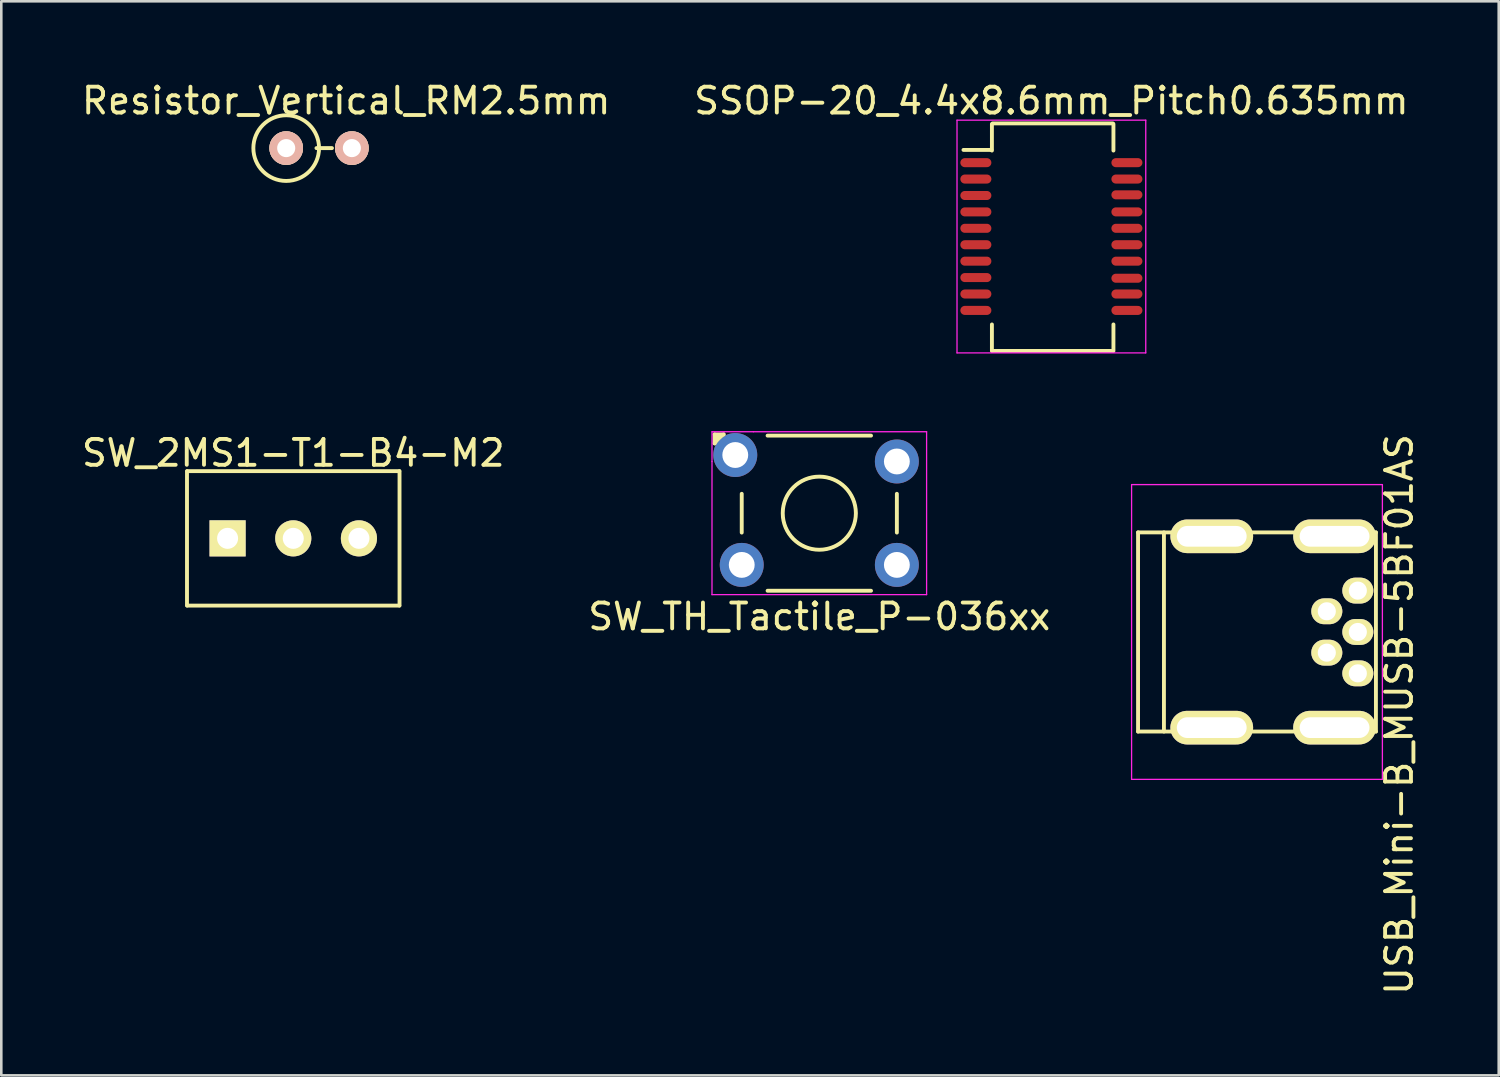
<source format=kicad_pcb>
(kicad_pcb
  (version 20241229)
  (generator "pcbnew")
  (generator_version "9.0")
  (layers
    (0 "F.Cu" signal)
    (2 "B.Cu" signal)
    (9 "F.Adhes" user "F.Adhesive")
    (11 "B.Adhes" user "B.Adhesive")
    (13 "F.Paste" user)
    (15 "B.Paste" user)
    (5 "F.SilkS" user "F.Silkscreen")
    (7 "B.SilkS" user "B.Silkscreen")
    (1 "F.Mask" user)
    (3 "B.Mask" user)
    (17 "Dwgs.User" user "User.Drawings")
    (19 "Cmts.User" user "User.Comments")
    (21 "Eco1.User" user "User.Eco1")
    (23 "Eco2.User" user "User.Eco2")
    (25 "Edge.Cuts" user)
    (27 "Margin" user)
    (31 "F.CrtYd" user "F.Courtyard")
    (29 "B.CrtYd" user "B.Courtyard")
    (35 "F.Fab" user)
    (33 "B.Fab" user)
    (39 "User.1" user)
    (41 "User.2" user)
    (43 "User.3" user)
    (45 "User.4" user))
  (footprint "Resistor_Vertical_RM2.5mm"
    (layer "F.Cu")
    (at 9.289 2.678)
    (property "Reference" "Resistor_Vertical_RM2.5mm" (at 1.05 -1.83 0) (layer "F.SilkS") (effects (font (size 1 1) (thickness 0.15))))
    (attr through_hole)
    (fp_line (start -0.1 0) (end 0.5 0) (stroke (width 0.15) (type solid)) (layer "F.SilkS"))
    (fp_circle (center -1.27 0) (end 0 0) (stroke (width 0.15) (type solid)) (fill no) (layer "F.SilkS"))
    (pad "1" thru_hole circle (at -1.27 0) (size 1.3 1.3) (drill 0.7) (layers "*.Cu" "*.SilkS" "*.Mask"))
    (pad "2" thru_hole circle (at 1.27 0) (size 1.3 1.3) (drill 0.7) (layers "*.Cu" "*.SilkS" "*.Mask")))
  (footprint "SSOP-20_4.4x8.6mm_Pitch0.635mm"
    (layer "F.Cu")
    (at 37.613 6.098)
    (property "Reference" "SSOP-20_4.4x8.6mm_Pitch0.635mm" (at 0 -5.25 0) (layer "F.SilkS") (effects (font (size 1 1) (thickness 0.15))))
    (attr smd)
    (fp_line (start -2.325 -3.375) (end -2.325 -3.35) (stroke (width 0.15) (type solid)) (layer "F.SilkS"))
    (fp_line (start -2.325 -3.35) (end -3.4 -3.35) (stroke (width 0.15) (type solid)) (layer "F.SilkS"))
    (fp_line (start -2.3 -3.325) (end -2.3 -4.35) (stroke (width 0.15) (type solid)) (layer "F.SilkS"))
    (fp_line (start -2.3 4.425) (end -2.3 3.4) (stroke (width 0.15) (type solid)) (layer "F.SilkS"))
    (fp_line (start -2.275 -4.375) (end 2.375 -4.375) (stroke (width 0.15) (type solid)) (layer "F.SilkS"))
    (fp_line (start -2.275 4.425) (end 2.375 4.425) (stroke (width 0.15) (type solid)) (layer "F.SilkS"))
    (fp_line (start 2.4 -3.325) (end 2.4 -4.35) (stroke (width 0.15) (type solid)) (layer "F.SilkS"))
    (fp_line (start 2.4 4.425) (end 2.4 3.4) (stroke (width 0.15) (type solid)) (layer "F.SilkS"))
    (fp_line (start -3.65 -4.5) (end -3.65 4.5) (stroke (width 0.05) (type solid)) (layer "F.CrtYd"))
    (fp_line (start -3.65 -4.5) (end 3.65 -4.5) (stroke (width 0.05) (type solid)) (layer "F.CrtYd"))
    (fp_line (start -3.65 4.5) (end 3.65 4.5) (stroke (width 0.05) (type solid)) (layer "F.CrtYd"))
    (fp_line (start 3.65 -4.5) (end 3.65 4.5) (stroke (width 0.05) (type solid)) (layer "F.CrtYd"))
    (pad "1" smd oval (at -2.921 -2.857) (size 1.2 0.35) (layers "F.Cu" "F.Mask" "F.Paste"))
    (pad "2" smd oval (at -2.921 -2.223) (size 1.2 0.35) (layers "F.Cu" "F.Mask" "F.Paste"))
    (pad "3" smd oval (at -2.921 -1.587) (size 1.2 0.35) (layers "F.Cu" "F.Mask" "F.Paste"))
    (pad "4" smd oval (at -2.921 -0.953) (size 1.2 0.35) (layers "F.Cu" "F.Mask" "F.Paste"))
    (pad "5" smd oval (at -2.921 -0.318) (size 1.2 0.35) (layers "F.Cu" "F.Mask" "F.Paste"))
    (pad "6" smd oval (at -2.921 0.318) (size 1.2 0.35) (layers "F.Cu" "F.Mask" "F.Paste"))
    (pad "7" smd oval (at -2.921 0.953) (size 1.2 0.35) (layers "F.Cu" "F.Mask" "F.Paste"))
    (pad "8" smd oval (at -2.921 1.587) (size 1.2 0.35) (layers "F.Cu" "F.Mask" "F.Paste"))
    (pad "9" smd oval (at -2.921 2.223) (size 1.2 0.35) (layers "F.Cu" "F.Mask" "F.Paste"))
    (pad "10" smd oval (at -2.921 2.857) (size 1.2 0.35) (layers "F.Cu" "F.Mask" "F.Paste"))
    (pad "11" smd oval (at 2.921 2.857) (size 1.2 0.35) (layers "F.Cu" "F.Mask" "F.Paste"))
    (pad "12" smd oval (at 2.921 2.223) (size 1.2 0.35) (layers "F.Cu" "F.Mask" "F.Paste"))
    (pad "13" smd oval (at 2.921 1.613) (size 1.2 0.35) (layers "F.Cu" "F.Mask" "F.Paste"))
    (pad "14" smd oval (at 2.921 0.953) (size 1.2 0.35) (layers "F.Cu" "F.Mask" "F.Paste"))
    (pad "15" smd oval (at 2.921 0.318) (size 1.2 0.35) (layers "F.Cu" "F.Mask" "F.Paste"))
    (pad "16" smd oval (at 2.921 -0.318) (size 1.2 0.35) (layers "F.Cu" "F.Mask" "F.Paste"))
    (pad "17" smd oval (at 2.921 -0.953) (size 1.2 0.35) (layers "F.Cu" "F.Mask" "F.Paste"))
    (pad "18" smd oval (at 2.921 -1.613) (size 1.2 0.35) (layers "F.Cu" "F.Mask" "F.Paste"))
    (pad "19" smd oval (at 2.921 -2.223) (size 1.2 0.35) (layers "F.Cu" "F.Mask" "F.Paste"))
    (pad "20" smd oval (at 2.921 -2.857) (size 1.2 0.35) (layers "F.Cu" "F.Mask" "F.Paste")))
  (footprint "SW_2MS1-T1-B4-M2"
    (layer "F.Cu")
    (at 8.292 17.771)
    (property "Reference" "SW_2MS1-T1-B4-M2" (at 0 -3.3 0) (layer "F.SilkS") (effects (font (size 1 1) (thickness 0.15))))
    (attr through_hole)
    (fp_line (start -4.11 2.6) (end -4.11 -2.6) (stroke (width 0.15) (type solid)) (layer "F.SilkS"))
    (fp_line (start -4.1 -2.6) (end 4.1 -2.6) (stroke (width 0.15) (type solid)) (layer "F.SilkS"))
    (fp_line (start 4.1 2.6) (end -4.1 2.6) (stroke (width 0.15) (type solid)) (layer "F.SilkS"))
    (fp_line (start 4.11 -2.6) (end 4.11 2.6) (stroke (width 0.15) (type solid)) (layer "F.SilkS"))
    (pad "1" thru_hole rect (at -2.54 0) (size 1.397 1.397) (drill 0.813) (layers "*.Cu" "*.Mask" "F.SilkS"))
    (pad "2" thru_hole circle (at 0 0) (size 1.397 1.397) (drill 0.813) (layers "*.Cu" "*.Mask" "F.SilkS"))
    (pad "3" thru_hole circle (at 2.54 0) (size 1.397 1.397) (drill 0.813) (layers "*.Cu" "*.Mask" "F.SilkS")))
  (footprint "SW_TH_Tactile_P-036xx"
    (layer "F.Cu")
    (at 28.637 16.798)
    (property "Reference" "SW_TH_Tactile_P-036xx" (at 0 4 0) (layer "F.SilkS") (effects (font (size 1 1) (thickness 0.15))))
    (attr through_hole)
    (fp_line (start -4.05 -3.05) (end -4.05 -2.7) (stroke (width 0.15) (type solid)) (layer "F.SilkS"))
    (fp_line (start -4.05 -3.05) (end -3.7 -3.05) (stroke (width 0.15) (type solid)) (layer "F.SilkS"))
    (fp_line (start -3.95 -3) (end -3.95 -2.9) (stroke (width 0.15) (type solid)) (layer "F.SilkS"))
    (fp_line (start -3 0) (end -3 0) (stroke (width 0.1) (type solid)) (layer "F.SilkS"))
    (fp_line (start -3 0.75) (end -3 -0.75) (stroke (width 0.15) (type solid)) (layer "F.SilkS"))
    (fp_line (start -2 -3) (end 2 -3) (stroke (width 0.15) (type solid)) (layer "F.SilkS"))
    (fp_line (start -2 3) (end 2 3) (stroke (width 0.15) (type solid)) (layer "F.SilkS"))
    (fp_line (start 2 -3) (end -2 -3) (stroke (width 0.1) (type solid)) (layer "F.SilkS"))
    (fp_line (start 2 3) (end -2 3) (stroke (width 0.1) (type solid)) (layer "F.SilkS"))
    (fp_line (start 3 -0.75) (end 3 0.75) (stroke (width 0.15) (type solid)) (layer "F.SilkS"))
    (fp_line (start 3 0) (end 3 0) (stroke (width 0.1) (type solid)) (layer "F.SilkS"))
    (fp_arc (start -4.05 -2.7) (mid -3.892328 -2.892328) (end -3.7 -3.05) (stroke (width 0.15) (type solid)) (layer "F.SilkS"))
    (fp_circle (center 0 0) (end 1 1) (stroke (width 0.1) (type solid)) (fill no) (layer "F.SilkS"))
    (fp_circle (center 0 0) (end 1 1) (stroke (width 0.15) (type solid)) (fill no) (layer "F.SilkS"))
    (fp_line (start -4.15 -3.15) (end -2.55 -3.15) (stroke (width 0.05) (type solid)) (layer "F.CrtYd"))
    (fp_line (start -4.15 -2) (end -4.15 -3.15) (stroke (width 0.05) (type solid)) (layer "F.CrtYd"))
    (fp_line (start -4.15 -2) (end -4.15 3.15) (stroke (width 0.05) (type solid)) (layer "F.CrtYd"))
    (fp_line (start -4.15 3.15) (end 4.15 3.15) (stroke (width 0.05) (type solid)) (layer "F.CrtYd"))
    (fp_line (start 4.15 -3.15) (end -2.55 -3.15) (stroke (width 0.05) (type solid)) (layer "F.CrtYd"))
    (fp_line (start 4.15 3.15) (end 4.15 -3.15) (stroke (width 0.05) (type solid)) (layer "F.CrtYd"))
    (pad "1" thru_hole circle (at -3.25 -2.25) (size 1.7 1.7) (drill 1) (layers "*.Cu" "*.Mask"))
    (pad "2" thru_hole circle (at 3 -2) (size 1.7 1.7) (drill 1) (layers "*.Cu" "*.Mask"))
    (pad "3" thru_hole circle (at -3 2) (size 1.7 1.7) (drill 1) (layers "*.Cu" "*.Mask"))
    (pad "4" thru_hole circle (at 3 2) (size 1.7 1.7) (drill 1) (layers "*.Cu" "*.Mask")))
  (footprint "USB_Mini-B_MUSB-5BF01AS"
    (layer "F.Cu")
    (at 45.565 21.392)
    (property "Reference" "USB_Mini-B_MUSB-5BF01AS" (at 5.5 3.19 90) (layer "F.SilkS") (effects (font (size 1 1) (thickness 0.15))))
    (attr smd)
    (fp_line (start -4.6 -3.851) (end -4.6 3.851) (stroke (width 0.15) (type solid)) (layer "F.SilkS"))
    (fp_line (start -4.6 3.851) (end 4.6 3.851) (stroke (width 0.15) (type solid)) (layer "F.SilkS"))
    (fp_line (start -3.599 -3.851) (end -3.599 3.851) (stroke (width 0.15) (type solid)) (layer "F.SilkS"))
    (fp_line (start 4.6 -3.851) (end -4.6 -3.851) (stroke (width 0.15) (type solid)) (layer "F.SilkS"))
    (fp_line (start 4.6 3.851) (end 4.6 -3.851) (stroke (width 0.15) (type solid)) (layer "F.SilkS"))
    (fp_line (start -4.85 -5.7) (end 4.85 -5.7) (stroke (width 0.05) (type solid)) (layer "F.CrtYd"))
    (fp_line (start -4.85 5.7) (end -4.85 -5.7) (stroke (width 0.05) (type solid)) (layer "F.CrtYd"))
    (fp_line (start 4.85 -5.7) (end 4.85 5.7) (stroke (width 0.05) (type solid)) (layer "F.CrtYd"))
    (fp_line (start 4.85 5.7) (end -4.85 5.7) (stroke (width 0.05) (type solid)) (layer "F.CrtYd"))
    (pad "1" thru_hole oval (at 3.9 -1.6) (size 1.2 1) (drill 0.7) (layers "*.Cu" "*.Mask" "F.SilkS"))
    (pad "2" thru_hole oval (at 2.7 -0.8) (size 1.2 1) (drill 0.7) (layers "*.Cu" "*.Mask" "F.SilkS"))
    (pad "3" thru_hole oval (at 3.9 0) (size 1.2 1) (drill 0.7) (layers "*.Cu" "*.Mask" "F.SilkS"))
    (pad "4" thru_hole oval (at 2.7 0.8) (size 1.2 1) (drill 0.7) (layers "*.Cu" "*.Mask" "F.SilkS"))
    (pad "5" thru_hole oval (at 3.9 1.6) (size 1.2 1) (drill 0.7) (layers "*.Cu" "*.Mask" "F.SilkS"))
    (pad "6" thru_hole oval (at -1.75 -3.7) (size 3.2 1.3) (drill oval 2.7 0.8) (layers "*.Cu" "*.Mask" "F.SilkS"))
    (pad "6" thru_hole oval (at -1.75 3.7) (size 3.2 1.3) (drill oval 2.7 0.8) (layers "*.Cu" "*.Mask" "F.SilkS"))
    (pad "6" thru_hole oval (at 3 -3.7) (size 3.2 1.3) (drill oval 2.7 0.8) (layers "*.Cu" "*.Mask" "F.SilkS"))
    (pad "6" thru_hole oval (at 3 3.7) (size 3.2 1.3) (drill oval 2.7 0.8) (layers "*.Cu" "*.Mask" "F.SilkS")))
  (gr_rect
    (start -3 -3)
    (end 54.914 38.54)
    (stroke (width 0.1) (type default))
    (fill no)
    (layer "Edge.Cuts")))
</source>
